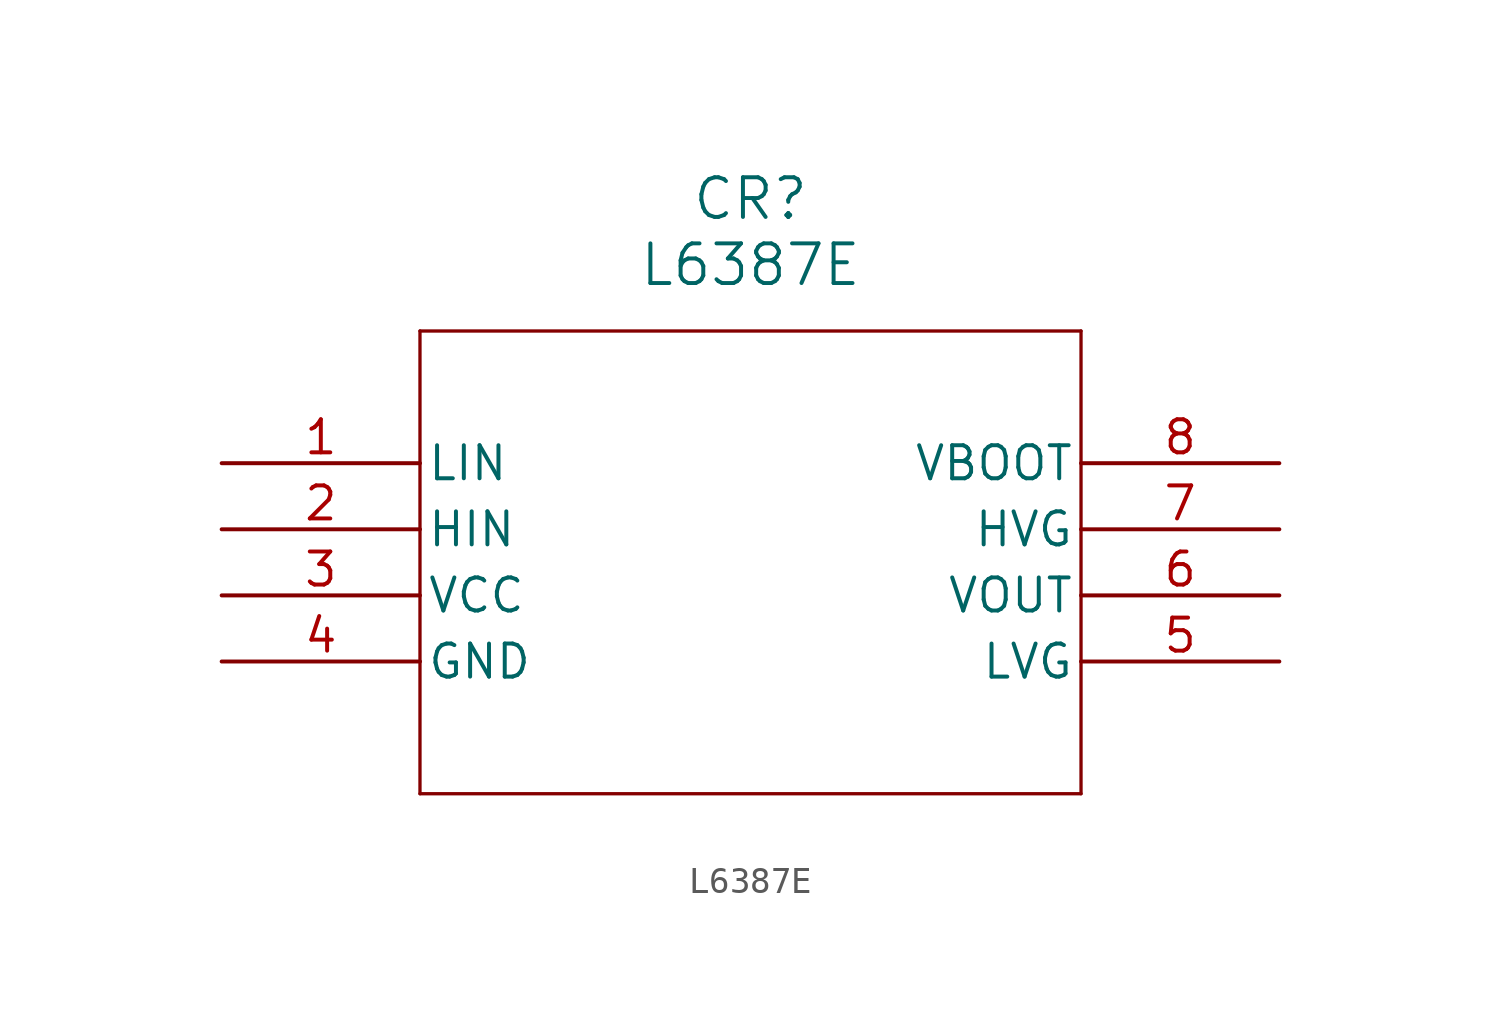
<source format=kicad_sym>
(kicad_symbol_lib
  (version 20211014)
  (generator kicad_symbol_editor)
  (symbol "L6387E"
    (pin_names
      (offset 0.254))
    (property "Reference" "CR"
      (at 20.32 10.16 0)
      (effects (font (size 1.524 1.524))))
    (property "Value" "L6387E"
      (at 20.32 7.62 0)
      (effects (font (size 1.524 1.524))))
    (symbol "L6387E_0_1"
      (polyline (pts (xy 7.62 5.08) (xy 7.62 -12.7)) (stroke (width 0.127) (type default) (color 0 0 0 0)) (fill (type none)))
      (polyline (pts (xy 7.62 -12.7) (xy 33.02 -12.7)) (stroke (width 0.127) (type default) (color 0 0 0 0)) (fill (type none)))
      (polyline (pts (xy 33.02 -12.7) (xy 33.02 5.08)) (stroke (width 0.127) (type default) (color 0 0 0 0)) (fill (type none)))
      (polyline (pts (xy 33.02 5.08) (xy 7.62 5.08)) (stroke (width 0.127) (type default) (color 0 0 0 0)) (fill (type none)))
      (pin input line (at 0 0 0) (length 7.62) (name "LIN" (effects (font (size 1.27 1.27)))) (number "1" (effects (font (size 1.27 1.27)))))
      (pin input line (at 0 -2.54 0) (length 7.62) (name "HIN" (effects (font (size 1.27 1.27)))) (number "2" (effects (font (size 1.27 1.27)))))
      (pin power_in line (at 0 -5.08 0) (length 7.62) (name "VCC" (effects (font (size 1.27 1.27)))) (number "3" (effects (font (size 1.27 1.27)))))
      (pin power_in line (at 0 -7.62 0) (length 7.62) (name "GND" (effects (font (size 1.27 1.27)))) (number "4" (effects (font (size 1.27 1.27)))))
      (pin output line (at 40.64 -7.62 180) (length 7.62) (name "LVG" (effects (font (size 1.27 1.27)))) (number "5" (effects (font (size 1.27 1.27)))))
      (pin output line (at 40.64 -5.08 180) (length 7.62) (name "VOUT" (effects (font (size 1.27 1.27)))) (number "6" (effects (font (size 1.27 1.27)))))
      (pin output line (at 40.64 -2.54 180) (length 7.62) (name "HVG" (effects (font (size 1.27 1.27)))) (number "7" (effects (font (size 1.27 1.27)))))
      (pin power_in line (at 40.64 0 180) (length 7.62) (name "VBOOT" (effects (font (size 1.27 1.27)))) (number "8" (effects (font (size 1.27 1.27))))))))
</source>
